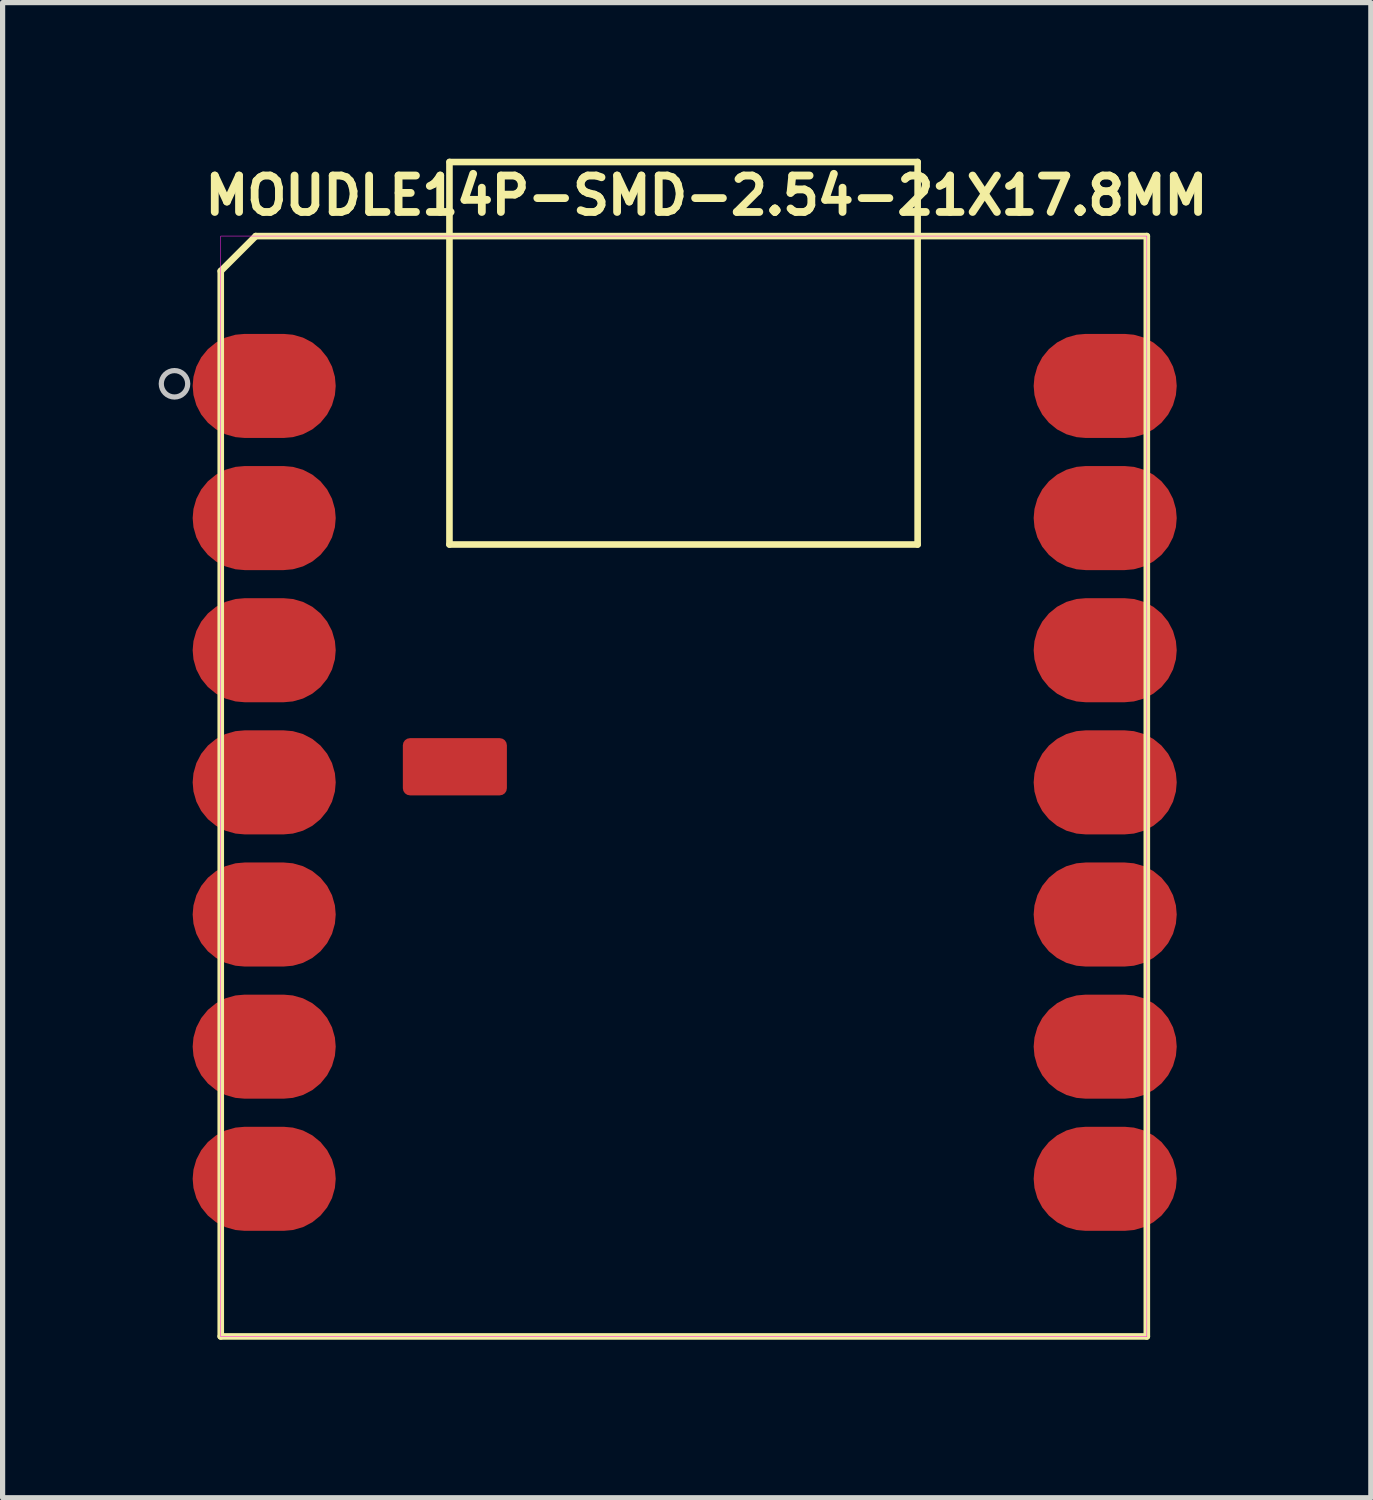
<source format=kicad_pcb>
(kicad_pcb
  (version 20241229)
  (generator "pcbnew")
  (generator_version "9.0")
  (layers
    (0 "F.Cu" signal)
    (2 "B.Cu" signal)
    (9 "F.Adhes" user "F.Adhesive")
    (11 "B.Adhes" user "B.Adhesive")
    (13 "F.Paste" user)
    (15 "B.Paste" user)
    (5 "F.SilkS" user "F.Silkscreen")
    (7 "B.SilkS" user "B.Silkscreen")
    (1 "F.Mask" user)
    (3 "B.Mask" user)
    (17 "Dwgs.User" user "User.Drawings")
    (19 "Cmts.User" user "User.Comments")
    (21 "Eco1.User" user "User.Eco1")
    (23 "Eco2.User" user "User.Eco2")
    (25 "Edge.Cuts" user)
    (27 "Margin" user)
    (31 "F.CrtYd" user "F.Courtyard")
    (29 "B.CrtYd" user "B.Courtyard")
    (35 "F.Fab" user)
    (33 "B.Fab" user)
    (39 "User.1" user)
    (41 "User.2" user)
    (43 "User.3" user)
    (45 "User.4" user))
  (footprint "MOUDLE14P-SMD-2.54-21X17.8MM"
    (layer "F.Cu")
    (at 1.193 22.488)
    (property "Reference" "MOUDLE14P-SMD-2.54-21X17.8MM" (at 9.335 -21.78 0) (layer "F.SilkS") (effects (font (size 0.7 0.7) (thickness 0.15))))
    (attr through_hole)
    (fp_line (start 0 -20.328) (end 0 0.15) (stroke (width 0.127) (type solid)) (layer "F.SilkS"))
    (fp_line (start 0 0.15) (end 17.8 0.15) (stroke (width 0.127) (type solid)) (layer "F.SilkS"))
    (fp_line (start 0.672 -21) (end 0 -20.328) (stroke (width 0.127) (type solid)) (layer "F.SilkS"))
    (fp_line (start 4.396 -15.072) (end 4.396 -22.425) (stroke (width 0.127) (type solid)) (layer "F.SilkS"))
    (fp_line (start 4.4 -22.424) (end 13.395 -22.424) (stroke (width 0.127) (type solid)) (layer "F.SilkS"))
    (fp_line (start 13.395 -22.424) (end 13.395 -15.072) (stroke (width 0.127) (type solid)) (layer "F.SilkS"))
    (fp_line (start 13.395 -15.072) (end 4.396 -15.072) (stroke (width 0.127) (type solid)) (layer "F.SilkS"))
    (fp_line (start 17.8 -21) (end 0.672 -21) (stroke (width 0.127) (type solid)) (layer "F.SilkS"))
    (fp_line (start 17.8 0.15) (end 17.8 -21) (stroke (width 0.127) (type solid)) (layer "F.SilkS"))
    (fp_circle (center -0.889 -18.161) (end -0.635 -18.161) (stroke (width 0.1) (type solid)) (fill no) (layer "Dwgs.User"))
    (fp_poly (pts (xy 0 -21) (xy 17.8 -21) (xy 17.8 0.155) (xy 0 0.155)) (stroke (width 0.01) (type solid)) (fill no) (layer "F.CrtYd"))
    (pad "1" smd roundrect (at 0.835 -18.12) (size 2.75 2) (layers "F.Cu" "F.Mask" "F.Paste") (roundrect_rratio 0.5))
    (pad "2" smd roundrect (at 0.835 -15.58) (size 2.75 2) (layers "F.Cu" "F.Mask" "F.Paste") (roundrect_rratio 0.5))
    (pad "3" smd roundrect (at 0.835 -13.04) (size 2.75 2) (layers "F.Cu" "F.Mask" "F.Paste") (roundrect_rratio 0.5))
    (pad "4" smd roundrect (at 0.835 -10.5) (size 2.75 2) (layers "F.Cu" "F.Mask" "F.Paste") (roundrect_rratio 0.5))
    (pad "5" smd roundrect (at 0.835 -7.96) (size 2.75 2) (layers "F.Cu" "F.Mask" "F.Paste") (roundrect_rratio 0.5))
    (pad "6" smd roundrect (at 0.835 -5.42) (size 2.75 2) (layers "F.Cu" "F.Mask" "F.Paste") (roundrect_rratio 0.5))
    (pad "7" smd roundrect (at 0.835 -2.88) (size 2.75 2) (layers "F.Cu" "F.Mask" "F.Paste") (roundrect_rratio 0.5))
    (pad "8" smd roundrect (at 17 -2.88) (size 2.75 2) (layers "F.Cu" "F.Mask" "F.Paste") (roundrect_rratio 0.5))
    (pad "9" smd roundrect (at 17 -5.42) (size 2.75 2) (layers "F.Cu" "F.Mask" "F.Paste") (roundrect_rratio 0.5))
    (pad "10" smd roundrect (at 17 -7.96) (size 2.75 2) (layers "F.Cu" "F.Mask" "F.Paste") (roundrect_rratio 0.5))
    (pad "11" smd roundrect (at 17 -10.5) (size 2.75 2) (layers "F.Cu" "F.Mask" "F.Paste") (roundrect_rratio 0.5))
    (pad "12" smd roundrect (at 17 -13.04) (size 2.75 2) (layers "F.Cu" "F.Mask" "F.Paste") (roundrect_rratio 0.5))
    (pad "13" smd roundrect (at 17 -15.58) (size 2.75 2) (layers "F.Cu" "F.Mask" "F.Paste") (roundrect_rratio 0.5))
    (pad "14" smd roundrect (at 17 -18.12) (size 2.75 2) (layers "F.Cu" "F.Mask" "F.Paste") (roundrect_rratio 0.5))
    (pad "15" smd roundrect (at 4.5 -10.8) (size 2 1.1) (layers "F.Cu" "F.Mask" "F.Paste") (roundrect_rratio 0.125))
    (zone (net_name "") (layer "F.Cu") (hatch full 0.508) (connect_pads) (min_thickness 0.01) (filled_areas_thickness no) (keepout (tracks allowed) (vias allowed) (pads allowed) (copperpour not_allowed) (footprints allowed)) (placement (enabled no)) (fill) (polygon (pts (xy 4.178 8.952) (xy 7.098 8.952) (xy 7.098 12.857) (xy 4.178 12.857))))
    (zone (net_name "") (layer "F.Cu") (hatch full 0.508) (connect_pads) (min_thickness 0.01) (filled_areas_thickness no) (keepout (tracks not_allowed) (vias not_allowed) (pads not_allowed) (copperpour not_allowed) (footprints allowed)) (placement (enabled no)) (fill) (polygon (pts (xy 4.876 1.407) (xy 6.654 1.407) (xy 6.654 4.074) (xy 4.876 4.074))))
    (zone (net_name "") (layer "F.Cu") (hatch full 0.508) (connect_pads) (min_thickness 0.01) (filled_areas_thickness no) (keepout (tracks not_allowed) (vias not_allowed) (pads not_allowed) (copperpour not_allowed) (footprints allowed)) (placement (enabled no)) (fill) (polygon (pts (xy 4.876 5.471) (xy 6.654 5.471) (xy 6.654 8.137) (xy 4.876 8.137))))
    (zone (net_name "") (layer "F.Cu") (hatch full 0.508) (connect_pads) (min_thickness 0.01) (filled_areas_thickness no) (keepout (tracks not_allowed) (vias not_allowed) (pads not_allowed) (copperpour not_allowed) (footprints allowed)) (placement (enabled no)) (fill) (polygon (pts (xy 7.543 2.168) (xy 12.75 2.168) (xy 12.75 12.326) (xy 7.543 12.326))))
    (zone (net_name "") (layer "F.Cu") (hatch full 0.508) (connect_pads) (min_thickness 0.01) (filled_areas_thickness no) (keepout (tracks not_allowed) (vias not_allowed) (pads not_allowed) (copperpour not_allowed) (footprints allowed)) (placement (enabled no)) (fill) (polygon (pts (xy 9.185 12.329) (xy 13.249 12.329) (xy 13.249 15.938) (xy 9.185 15.938))))
    (zone (net_name "") (layer "F.Cu") (hatch full 0.508) (connect_pads) (min_thickness 0.01) (filled_areas_thickness no) (keepout (tracks not_allowed) (vias not_allowed) (pads not_allowed) (copperpour not_allowed) (footprints allowed)) (placement (enabled no)) (fill) (polygon (pts (xy 13.512 1.407) (xy 15.29 1.407) (xy 15.29 4.074) (xy 13.512 4.074))))
    (zone (net_name "") (layer "F.Cu") (hatch full 0.508) (connect_pads) (min_thickness 0.01) (filled_areas_thickness no) (keepout (tracks not_allowed) (vias not_allowed) (pads not_allowed) (copperpour not_allowed) (footprints allowed)) (placement (enabled no)) (fill) (polygon (pts (xy 13.512 5.471) (xy 15.29 5.471) (xy 15.29 8.137) (xy 13.512 8.137)))))
  (gr_rect
    (start -3 -3)
    (end 23.299 25.738)
    (stroke (width 0.1) (type default))
    (fill no)
    (layer "Edge.Cuts")))
</source>
